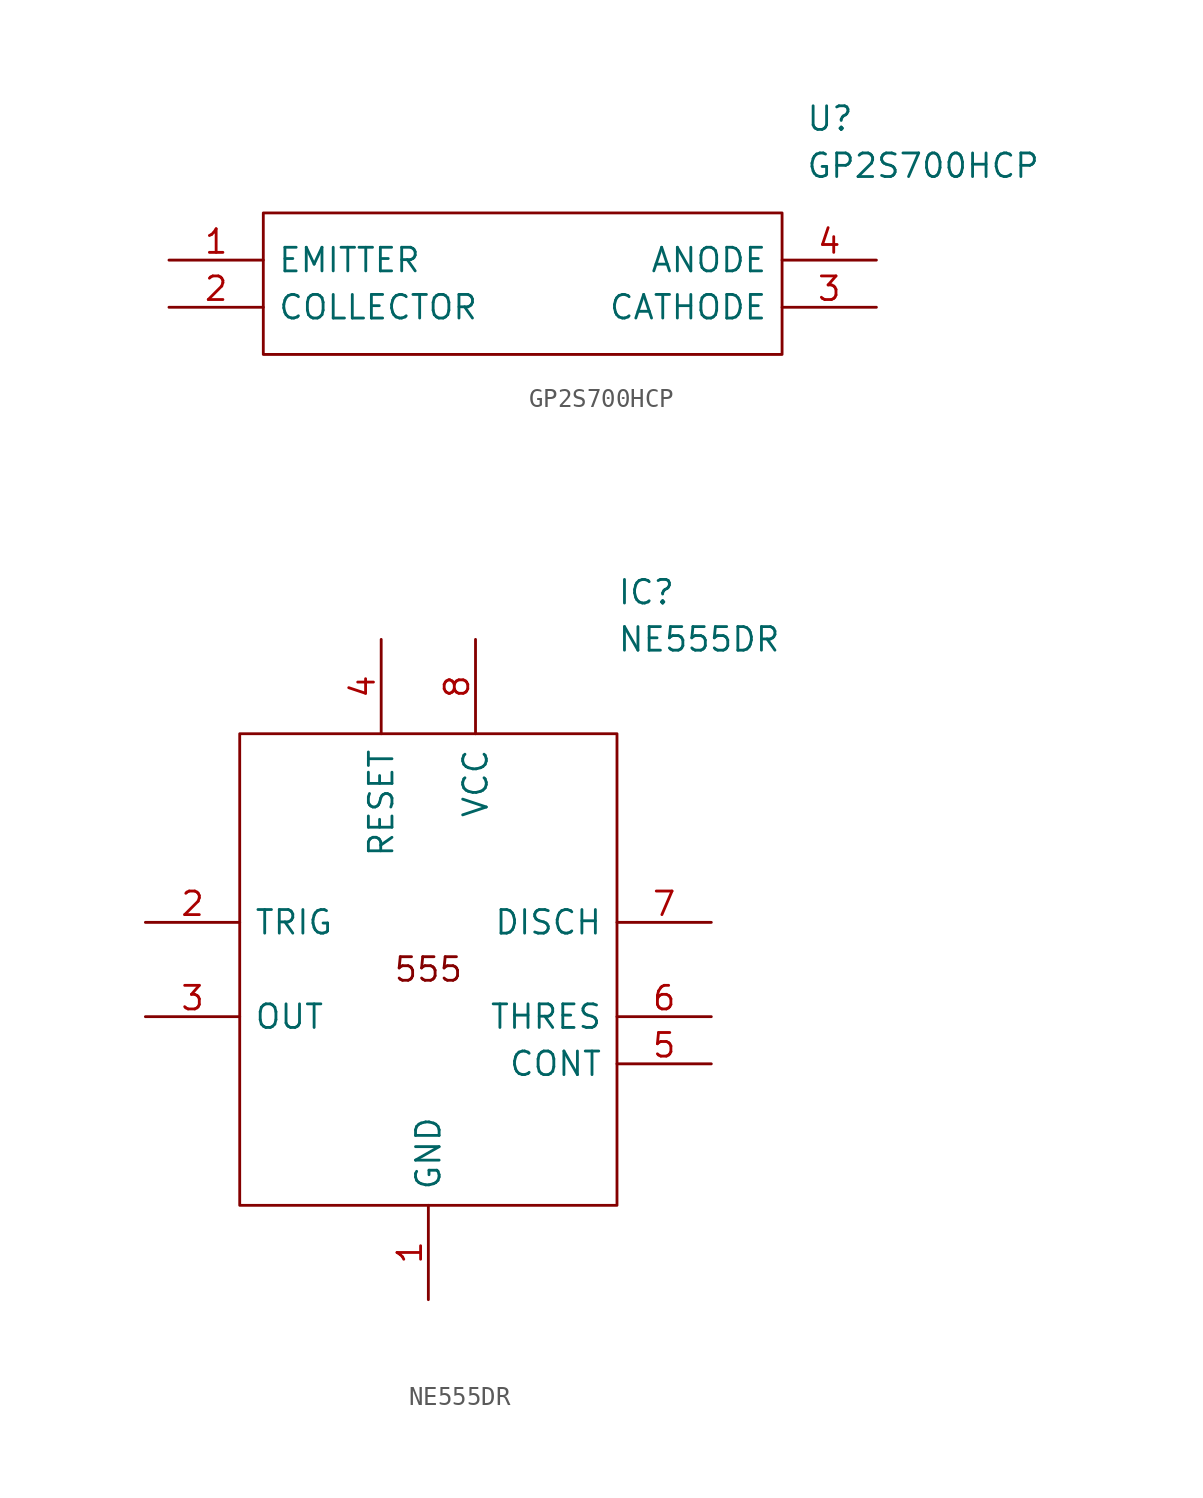
<source format=kicad_sym>
(kicad_symbol_lib
  (version 20211014)
  (generator kicad_symbol_editor)
  (symbol "GP2S700HCP"
    (pin_names
      (offset 0.762))
    (property "Reference" "U"
      (at 34.29 7.62 0)
      (effects (font (size 1.27 1.27)) (justify left)))
    (property "Value" "GP2S700HCP"
      (at 34.29 5.08 0)
      (effects (font (size 1.27 1.27)) (justify left)))
    (symbol "GP2S700HCP_0_0"
      (pin passive line (at 0 0 0) (length 5.08) (name "EMITTER" (effects (font (size 1.27 1.27)))) (number "1" (effects (font (size 1.27 1.27)))))
      (pin passive line (at 0 -2.54 0) (length 5.08) (name "COLLECTOR" (effects (font (size 1.27 1.27)))) (number "2" (effects (font (size 1.27 1.27)))))
      (pin passive line (at 38.1 -2.54 180) (length 5.08) (name "CATHODE" (effects (font (size 1.27 1.27)))) (number "3" (effects (font (size 1.27 1.27)))))
      (pin passive line (at 38.1 0 180) (length 5.08) (name "ANODE" (effects (font (size 1.27 1.27)))) (number "4" (effects (font (size 1.27 1.27))))))
    (symbol "GP2S700HCP_0_1"
      (polyline (pts (xy 5.08 2.54) (xy 33.02 2.54) (xy 33.02 -5.08) (xy 5.08 -5.08) (xy 5.08 2.54)) (stroke (width 0.152) (type default) (color 0 0 0 0)) (fill (type none)))))
  (symbol "NE555DR"
    (pin_names
      (offset 0.762))
    (property "Reference" "IC"
      (at 25.4 17.78 0)
      (effects (font (size 1.27 1.27)) (justify left)))
    (property "Value" "NE555DR"
      (at 25.4 15.24 0)
      (effects (font (size 1.27 1.27)) (justify left)))
    (symbol "NE555DR_0_0"
      (pin bidirectional line (at 15.24 -20.32 90) (length 5.08) (name "GND" (effects (font (size 1.27 1.27)))) (number "1" (effects (font (size 1.27 1.27)))))
      (pin bidirectional line (at 0 0 0) (length 5.08) (name "TRIG" (effects (font (size 1.27 1.27)))) (number "2" (effects (font (size 1.27 1.27)))))
      (pin bidirectional line (at 0 -5.08 0) (length 5.08) (name "OUT" (effects (font (size 1.27 1.27)))) (number "3" (effects (font (size 1.27 1.27)))))
      (pin bidirectional line (at 12.7 15.24 270) (length 5.08) (name "RESET" (effects (font (size 1.27 1.27)))) (number "4" (effects (font (size 1.27 1.27)))))
      (pin bidirectional line (at 30.48 -7.62 180) (length 5.08) (name "CONT" (effects (font (size 1.27 1.27)))) (number "5" (effects (font (size 1.27 1.27)))))
      (pin bidirectional line (at 30.48 -5.08 180) (length 5.08) (name "THRES" (effects (font (size 1.27 1.27)))) (number "6" (effects (font (size 1.27 1.27)))))
      (pin bidirectional line (at 30.48 0 180) (length 5.08) (name "DISCH" (effects (font (size 1.27 1.27)))) (number "7" (effects (font (size 1.27 1.27)))))
      (pin bidirectional line (at 17.78 15.24 270) (length 5.08) (name "VCC" (effects (font (size 1.27 1.27)))) (number "8" (effects (font (size 1.27 1.27))))))
    (symbol "NE555DR_0_1"
      (polyline (pts (xy 5.08 10.16) (xy 25.4 10.16) (xy 25.4 -15.24) (xy 5.08 -15.24) (xy 5.08 10.16)) (stroke (width 0.152) (type default) (color 0 0 0 0)) (fill (type none)))
      (text "555" (at 15.24 -2.54 0) (effects (font (size 1.27 1.27)))))))
</source>
